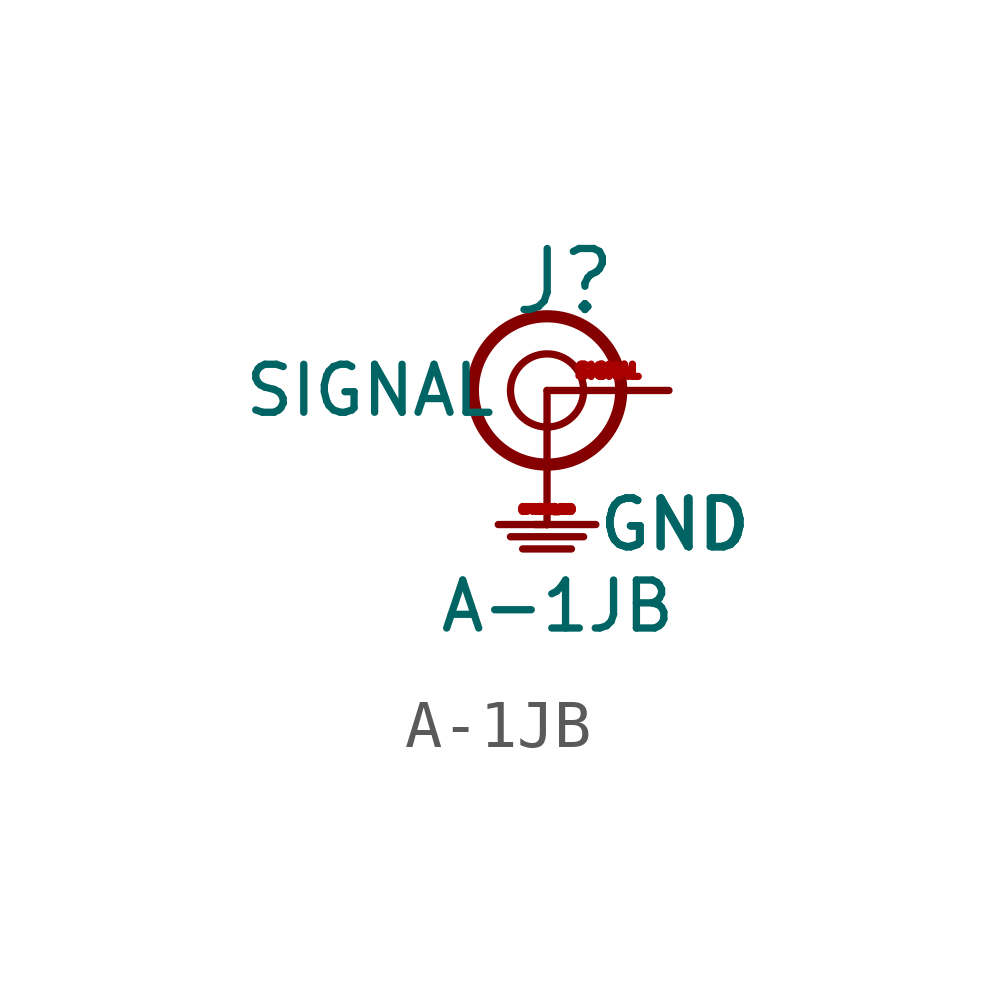
<source format=kicad_sym>
(kicad_symbol_lib
  (version 20211014)
  (generator kicad_symbol_editor)
  (symbol "A-1JB"
    (pin_names
      (offset 1.016))
    (property "Reference" "J"
      (at -0.762 1.524 0)
      (effects (font (size 1.27 1.27)) (justify left bottom)))
    (property "Value" "A-1JB"
      (at -2.286 -5.08 0)
      (effects (font (size 1 1)) (justify left bottom)))
    (symbol "A-1JB_0_0"
      (circle (center 0 0) (radius 0.762) (stroke (width 0) (type default) (color 0 0 0 0)) (fill (type none)))
      (circle (center 0 0) (radius 1.545) (stroke (width 0.254) (type default) (color 0 0 0 0)) (fill (type none)))
      (pin passive line (at 0 -2.794 0) (length 0) (name "GND" (effects (font (size 1.016 1.016)))) (number "GND1" (effects (font (size 0.1 0.1)))))
      (pin passive line (at 0 -2.794 0) (length 0) (name "GND" (effects (font (size 1.016 1.016)))) (number "GND2" (effects (font (size 0.1 0.1)))))
      (pin passive line (at 0 -2.794 0) (length 0) (name "GND" (effects (font (size 1 1)))) (number "OPTIONAL_GND" (effects (font (size 0.1 0.1)))))
      (pin output line (at 2.54 0 180) (length 2.54) (name "SIGNAL" (effects (font (size 1 1)))) (number "SIGNAL" (effects (font (size 0.254 0.254))))))
    (symbol "A-1JB_0_1"
      (polyline (pts (xy -0.762 -3.048) (xy 0.762 -3.048)) (stroke (width 0) (type default) (color 0 0 0 0)) (fill (type none)))
      (polyline (pts (xy -0.508 -3.302) (xy 0.508 -3.302)) (stroke (width 0) (type default) (color 0 0 0 0)) (fill (type none)))
      (polyline (pts (xy -0.254 -2.794) (xy 1.016 -2.794)) (stroke (width 0) (type default) (color 0 0 0 0)) (fill (type none)))
      (polyline (pts (xy 0 -2.794) (xy -1.016 -2.794)) (stroke (width 0) (type default) (color 0 0 0 0)) (fill (type none)))
      (polyline (pts (xy 0 0) (xy 0 -2.794)) (stroke (width 0) (type default) (color 0 0 0 0)) (fill (type none))))))
</source>
